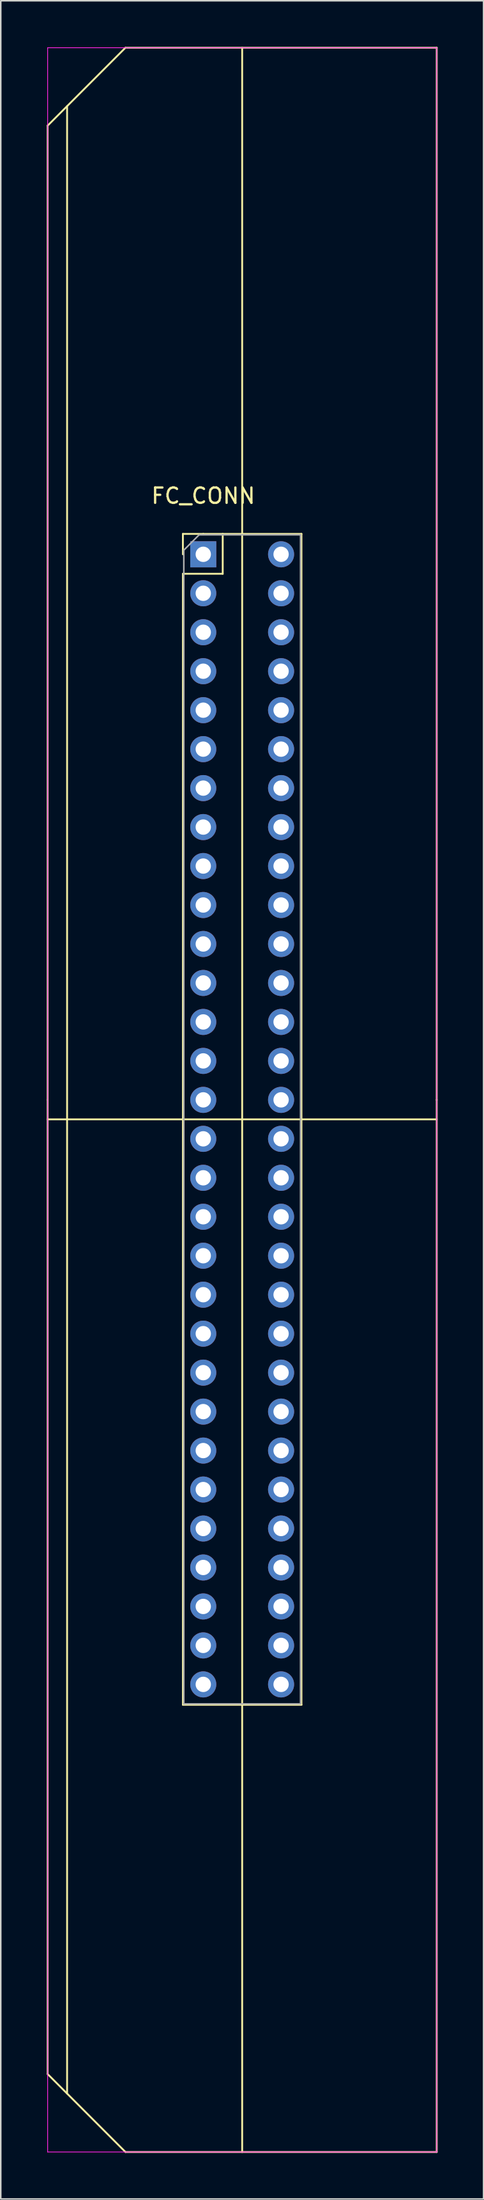
<source format=kicad_pcb>
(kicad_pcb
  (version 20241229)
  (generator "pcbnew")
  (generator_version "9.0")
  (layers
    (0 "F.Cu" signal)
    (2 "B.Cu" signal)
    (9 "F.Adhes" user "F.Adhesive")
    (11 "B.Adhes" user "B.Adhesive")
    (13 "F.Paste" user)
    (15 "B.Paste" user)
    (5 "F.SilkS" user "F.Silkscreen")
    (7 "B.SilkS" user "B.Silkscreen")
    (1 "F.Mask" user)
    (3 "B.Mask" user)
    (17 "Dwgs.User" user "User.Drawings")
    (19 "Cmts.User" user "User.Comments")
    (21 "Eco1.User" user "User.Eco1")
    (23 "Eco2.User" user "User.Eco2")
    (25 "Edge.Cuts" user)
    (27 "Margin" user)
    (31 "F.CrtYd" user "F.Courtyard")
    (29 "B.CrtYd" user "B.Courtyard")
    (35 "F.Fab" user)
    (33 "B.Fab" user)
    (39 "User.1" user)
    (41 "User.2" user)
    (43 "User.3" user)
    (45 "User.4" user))
  (footprint "FC_CONN"
    (layer "F.Cu")
    (at 10.22 33.08)
    (property "Reference" "FC_CONN" (at 0 -3.81 0) (unlocked yes) (layer "F.SilkS") (effects (font (size 1 1) (thickness 0.15))))
    (attr through_hole)
    (fp_line (start -10.16 35.56) (end -10.16 -27.94) (stroke (width 0.12) (type solid)) (layer "F.SilkS"))
    (fp_line (start -10.16 35.56) (end -10.16 99.06) (stroke (width 0.12) (type solid)) (layer "F.SilkS"))
    (fp_line (start -10.16 36.83) (end 15.24 36.83) (stroke (width 0.12) (type solid)) (layer "F.SilkS"))
    (fp_line (start -8.89 -29.21) (end -8.89 100.33) (stroke (width 0.12) (type solid)) (layer "F.SilkS"))
    (fp_line (start -5.08 -33.02) (end -10.16 -27.94) (stroke (width 0.12) (type solid)) (layer "F.SilkS"))
    (fp_line (start -5.08 -33.02) (end 15.24 -33.02) (stroke (width 0.12) (type solid)) (layer "F.SilkS"))
    (fp_line (start -5.08 104.14) (end -10.16 99.06) (stroke (width 0.12) (type solid)) (layer "F.SilkS"))
    (fp_line (start -5.08 104.14) (end 15.24 104.14) (stroke (width 0.12) (type solid)) (layer "F.SilkS"))
    (fp_line (start -1.33 -1.33) (end -1.33 0) (stroke (width 0.12) (type solid)) (layer "F.SilkS"))
    (fp_line (start -1.33 1.27) (end -1.33 74.99) (stroke (width 0.12) (type solid)) (layer "F.SilkS"))
    (fp_line (start 0 -1.33) (end -1.33 -1.33) (stroke (width 0.12) (type solid)) (layer "F.SilkS"))
    (fp_line (start 1.27 -1.33) (end 1.27 1.27) (stroke (width 0.12) (type solid)) (layer "F.SilkS"))
    (fp_line (start 1.27 1.27) (end -1.33 1.27) (stroke (width 0.12) (type solid)) (layer "F.SilkS"))
    (fp_line (start 2.54 -33.02) (end 2.54 104.14) (stroke (width 0.12) (type solid)) (layer "F.SilkS"))
    (fp_line (start 6.41 -1.33) (end 0 -1.33) (stroke (width 0.12) (type solid)) (layer "F.SilkS"))
    (fp_line (start 6.41 -1.33) (end 6.41 74.99) (stroke (width 0.12) (type solid)) (layer "F.SilkS"))
    (fp_line (start 6.41 74.99) (end -1.33 74.99) (stroke (width 0.12) (type solid)) (layer "F.SilkS"))
    (fp_line (start 15.24 -33.02) (end 15.24 35.56) (stroke (width 0.12) (type solid)) (layer "F.SilkS"))
    (fp_line (start 15.24 104.14) (end 15.24 35.56) (stroke (width 0.12) (type solid)) (layer "F.SilkS"))
    (fp_line (start -10.16 -33.02) (end -10.16 104.14) (stroke (width 0.05) (type solid)) (layer "F.CrtYd"))
    (fp_line (start -10.16 104.14) (end 15.24 104.14) (stroke (width 0.05) (type solid)) (layer "F.CrtYd"))
    (fp_line (start 15.24 -33.02) (end -10.16 -33.02) (stroke (width 0.05) (type solid)) (layer "F.CrtYd"))
    (fp_line (start 15.24 104.14) (end 15.24 -33.02) (stroke (width 0.05) (type solid)) (layer "F.CrtYd"))
    (fp_line (start -1.27 -0.27) (end -1.27 74.93) (stroke (width 0.1) (type solid)) (layer "F.Fab"))
    (fp_line (start -1.27 74.93) (end 6.35 74.93) (stroke (width 0.1) (type solid)) (layer "F.Fab"))
    (fp_line (start -0.27 -1.27) (end -1.27 -0.27) (stroke (width 0.1) (type solid)) (layer "F.Fab"))
    (fp_line (start 6.35 -1.27) (end -0.27 -1.27) (stroke (width 0.1) (type solid)) (layer "F.Fab"))
    (fp_line (start 6.35 74.93) (end 6.35 -1.27) (stroke (width 0.1) (type solid)) (layer "F.Fab"))
    (pad "1" thru_hole rect (at 0 0) (size 1.7 1.7) (drill 1) (layers "*.Cu" "*.Mask"))
    (pad "2" thru_hole oval (at 0 2.54) (size 1.7 1.7) (drill 1) (layers "*.Cu" "*.Mask"))
    (pad "3" thru_hole oval (at 0 5.08) (size 1.7 1.7) (drill 1) (layers "*.Cu" "*.Mask"))
    (pad "4" thru_hole oval (at 0 7.62) (size 1.7 1.7) (drill 1) (layers "*.Cu" "*.Mask"))
    (pad "5" thru_hole oval (at 0 10.16) (size 1.7 1.7) (drill 1) (layers "*.Cu" "*.Mask"))
    (pad "6" thru_hole oval (at 0 12.7) (size 1.7 1.7) (drill 1) (layers "*.Cu" "*.Mask"))
    (pad "7" thru_hole oval (at 0 15.24) (size 1.7 1.7) (drill 1) (layers "*.Cu" "*.Mask"))
    (pad "8" thru_hole oval (at 0 17.78) (size 1.7 1.7) (drill 1) (layers "*.Cu" "*.Mask"))
    (pad "9" thru_hole oval (at 0 20.32) (size 1.7 1.7) (drill 1) (layers "*.Cu" "*.Mask"))
    (pad "10" thru_hole oval (at 0 22.86) (size 1.7 1.7) (drill 1) (layers "*.Cu" "*.Mask"))
    (pad "11" thru_hole oval (at 0 25.4) (size 1.7 1.7) (drill 1) (layers "*.Cu" "*.Mask"))
    (pad "12" thru_hole oval (at 0 27.94) (size 1.7 1.7) (drill 1) (layers "*.Cu" "*.Mask"))
    (pad "13" thru_hole oval (at 0 30.48) (size 1.7 1.7) (drill 1) (layers "*.Cu" "*.Mask"))
    (pad "14" thru_hole oval (at 0 33.02) (size 1.7 1.7) (drill 1) (layers "*.Cu" "*.Mask"))
    (pad "15" thru_hole oval (at 0 35.56) (size 1.7 1.7) (drill 1) (layers "*.Cu" "*.Mask"))
    (pad "16" thru_hole oval (at 0 38.1) (size 1.7 1.7) (drill 1) (layers "*.Cu" "*.Mask"))
    (pad "17" thru_hole oval (at 0 40.64) (size 1.7 1.7) (drill 1) (layers "*.Cu" "*.Mask"))
    (pad "18" thru_hole oval (at 0 43.18) (size 1.7 1.7) (drill 1) (layers "*.Cu" "*.Mask"))
    (pad "19" thru_hole oval (at 0 45.72) (size 1.7 1.7) (drill 1) (layers "*.Cu" "*.Mask"))
    (pad "20" thru_hole oval (at 0 48.26) (size 1.7 1.7) (drill 1) (layers "*.Cu" "*.Mask"))
    (pad "21" thru_hole oval (at 0 50.8) (size 1.7 1.7) (drill 1) (layers "*.Cu" "*.Mask"))
    (pad "22" thru_hole oval (at 0 53.34) (size 1.7 1.7) (drill 1) (layers "*.Cu" "*.Mask"))
    (pad "23" thru_hole oval (at 0 55.88) (size 1.7 1.7) (drill 1) (layers "*.Cu" "*.Mask"))
    (pad "24" thru_hole oval (at 0 58.42) (size 1.7 1.7) (drill 1) (layers "*.Cu" "*.Mask"))
    (pad "25" thru_hole oval (at 0 60.96) (size 1.7 1.7) (drill 1) (layers "*.Cu" "*.Mask"))
    (pad "26" thru_hole oval (at 0 63.5) (size 1.7 1.7) (drill 1) (layers "*.Cu" "*.Mask"))
    (pad "27" thru_hole oval (at 0 66.04) (size 1.7 1.7) (drill 1) (layers "*.Cu" "*.Mask"))
    (pad "28" thru_hole oval (at 0 68.58) (size 1.7 1.7) (drill 1) (layers "*.Cu" "*.Mask"))
    (pad "29" thru_hole oval (at 0 71.12) (size 1.7 1.7) (drill 1) (layers "*.Cu" "*.Mask"))
    (pad "30" thru_hole oval (at 0 73.66) (size 1.7 1.7) (drill 1) (layers "*.Cu" "*.Mask"))
    (pad "31" thru_hole oval (at 5.08 0) (size 1.7 1.7) (drill 1) (layers "*.Cu" "*.Mask"))
    (pad "32" thru_hole oval (at 5.08 2.54) (size 1.7 1.7) (drill 1) (layers "*.Cu" "*.Mask"))
    (pad "33" thru_hole oval (at 5.08 5.08) (size 1.7 1.7) (drill 1) (layers "*.Cu" "*.Mask"))
    (pad "34" thru_hole oval (at 5.08 7.62) (size 1.7 1.7) (drill 1) (layers "*.Cu" "*.Mask"))
    (pad "35" thru_hole oval (at 5.08 10.16) (size 1.7 1.7) (drill 1) (layers "*.Cu" "*.Mask"))
    (pad "36" thru_hole oval (at 5.08 12.7) (size 1.7 1.7) (drill 1) (layers "*.Cu" "*.Mask"))
    (pad "37" thru_hole oval (at 5.08 15.24) (size 1.7 1.7) (drill 1) (layers "*.Cu" "*.Mask"))
    (pad "38" thru_hole oval (at 5.08 17.78) (size 1.7 1.7) (drill 1) (layers "*.Cu" "*.Mask"))
    (pad "39" thru_hole oval (at 5.08 20.32) (size 1.7 1.7) (drill 1) (layers "*.Cu" "*.Mask"))
    (pad "40" thru_hole oval (at 5.08 22.86) (size 1.7 1.7) (drill 1) (layers "*.Cu" "*.Mask"))
    (pad "41" thru_hole oval (at 5.08 25.4) (size 1.7 1.7) (drill 1) (layers "*.Cu" "*.Mask"))
    (pad "42" thru_hole oval (at 5.08 27.94) (size 1.7 1.7) (drill 1) (layers "*.Cu" "*.Mask"))
    (pad "43" thru_hole oval (at 5.08 30.48) (size 1.7 1.7) (drill 1) (layers "*.Cu" "*.Mask"))
    (pad "44" thru_hole oval (at 5.08 33.02) (size 1.7 1.7) (drill 1) (layers "*.Cu" "*.Mask"))
    (pad "45" thru_hole oval (at 5.08 35.56) (size 1.7 1.7) (drill 1) (layers "*.Cu" "*.Mask"))
    (pad "46" thru_hole oval (at 5.08 38.1) (size 1.7 1.7) (drill 1) (layers "*.Cu" "*.Mask"))
    (pad "47" thru_hole oval (at 5.08 40.64) (size 1.7 1.7) (drill 1) (layers "*.Cu" "*.Mask"))
    (pad "48" thru_hole oval (at 5.08 43.18) (size 1.7 1.7) (drill 1) (layers "*.Cu" "*.Mask"))
    (pad "49" thru_hole oval (at 5.08 45.72) (size 1.7 1.7) (drill 1) (layers "*.Cu" "*.Mask"))
    (pad "50" thru_hole oval (at 5.08 48.26) (size 1.7 1.7) (drill 1) (layers "*.Cu" "*.Mask"))
    (pad "51" thru_hole oval (at 5.08 50.8) (size 1.7 1.7) (drill 1) (layers "*.Cu" "*.Mask"))
    (pad "52" thru_hole oval (at 5.08 53.34) (size 1.7 1.7) (drill 1) (layers "*.Cu" "*.Mask"))
    (pad "53" thru_hole oval (at 5.08 55.88) (size 1.7 1.7) (drill 1) (layers "*.Cu" "*.Mask"))
    (pad "54" thru_hole oval (at 5.08 58.42) (size 1.7 1.7) (drill 1) (layers "*.Cu" "*.Mask"))
    (pad "55" thru_hole oval (at 5.08 60.96) (size 1.7 1.7) (drill 1) (layers "*.Cu" "*.Mask"))
    (pad "56" thru_hole oval (at 5.08 63.5) (size 1.7 1.7) (drill 1) (layers "*.Cu" "*.Mask"))
    (pad "57" thru_hole oval (at 5.08 66.04) (size 1.7 1.7) (drill 1) (layers "*.Cu" "*.Mask"))
    (pad "58" thru_hole oval (at 5.08 68.58) (size 1.7 1.7) (drill 1) (layers "*.Cu" "*.Mask"))
    (pad "59" thru_hole oval (at 5.08 71.12) (size 1.7 1.7) (drill 1) (layers "*.Cu" "*.Mask"))
    (pad "60" thru_hole oval (at 5.08 73.66) (size 1.7 1.7) (drill 1) (layers "*.Cu" "*.Mask")))
  (gr_rect
    (start -3 -3)
    (end 28.52 140.28)
    (stroke (width 0.1) (type default))
    (fill no)
    (layer "Edge.Cuts")))
</source>
